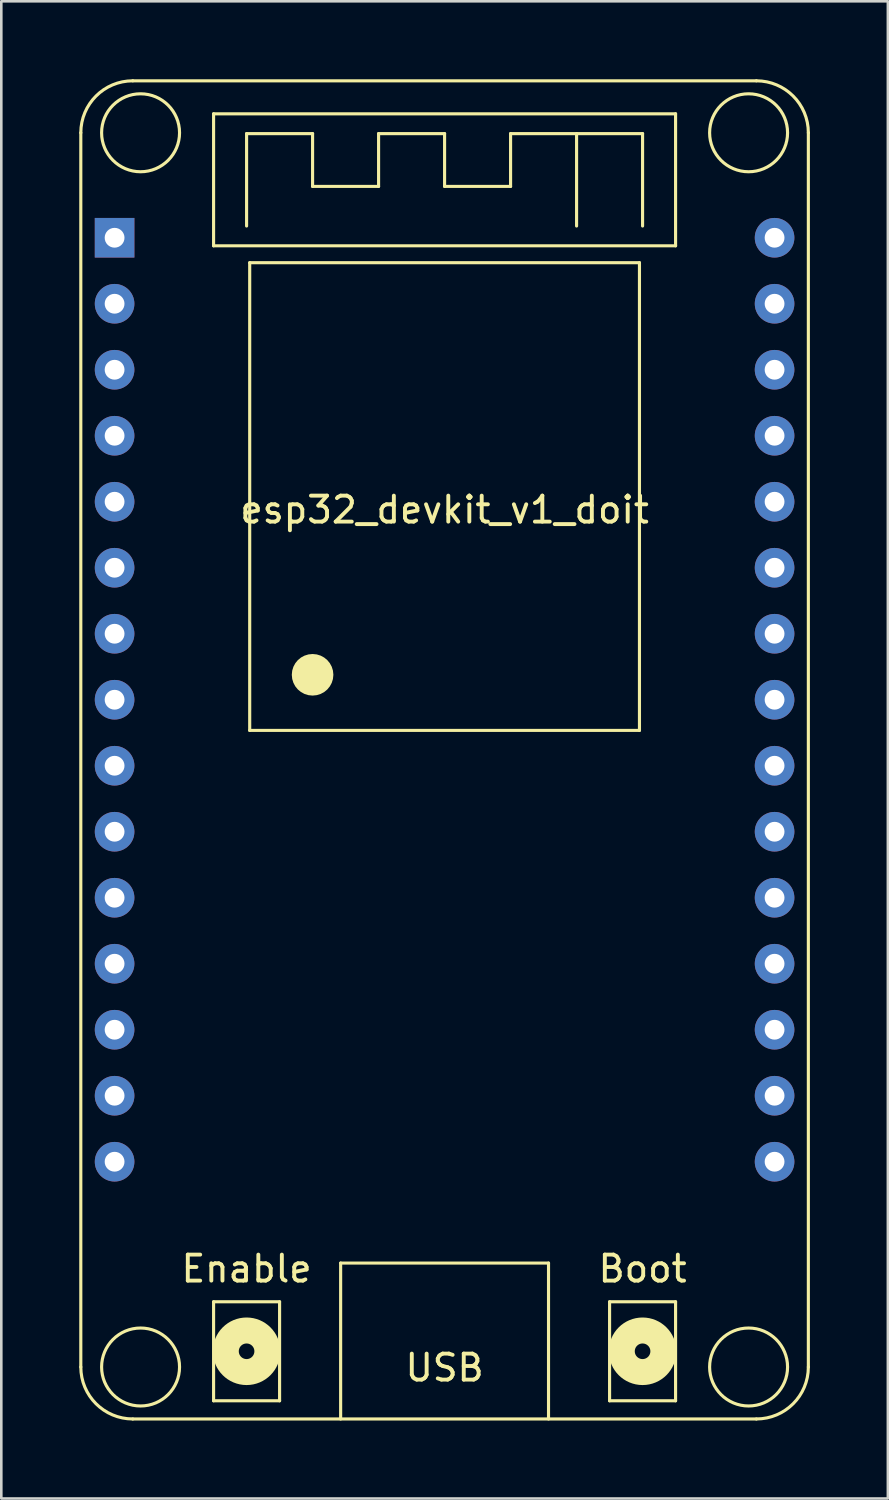
<source format=kicad_pcb>
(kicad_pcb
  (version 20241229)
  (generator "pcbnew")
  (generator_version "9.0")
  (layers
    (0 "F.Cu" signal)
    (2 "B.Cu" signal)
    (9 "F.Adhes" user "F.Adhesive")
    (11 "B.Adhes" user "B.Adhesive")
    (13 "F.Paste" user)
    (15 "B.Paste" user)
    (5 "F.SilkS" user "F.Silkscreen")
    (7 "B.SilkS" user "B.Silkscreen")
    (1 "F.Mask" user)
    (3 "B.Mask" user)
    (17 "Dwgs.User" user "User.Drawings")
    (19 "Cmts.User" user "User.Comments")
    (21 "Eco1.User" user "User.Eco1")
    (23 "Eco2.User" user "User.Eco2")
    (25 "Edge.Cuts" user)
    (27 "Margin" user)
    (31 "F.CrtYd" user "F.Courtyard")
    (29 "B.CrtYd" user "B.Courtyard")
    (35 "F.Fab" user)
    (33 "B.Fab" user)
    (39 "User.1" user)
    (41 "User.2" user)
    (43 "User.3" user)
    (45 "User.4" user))
  (footprint "esp32_devkit_v1_doit"
    (layer "F.Cu")
    (at 14.06 6.1)
    (property "Reference" "esp32_devkit_v1_doit" (at 0 10.47 0) (layer "F.SilkS") (effects (font (size 1 1) (thickness 0.15))))
    (attr smd)
    (fp_line (start -14 -4.04) (end -14 43.46) (stroke (width 0.12) (type solid)) (layer "F.SilkS"))
    (fp_line (start -12 -6.04) (end 12 -6.04) (stroke (width 0.12) (type solid)) (layer "F.SilkS"))
    (fp_line (start -12 45.46) (end 12 45.46) (stroke (width 0.12) (type solid)) (layer "F.SilkS"))
    (fp_line (start -8.89 -4.77) (end 8.89 -4.77) (stroke (width 0.12) (type solid)) (layer "F.SilkS"))
    (fp_line (start -8.89 0.31) (end -8.89 -4.77) (stroke (width 0.12) (type solid)) (layer "F.SilkS"))
    (fp_line (start -8.89 40.95) (end -6.35 40.95) (stroke (width 0.12) (type solid)) (layer "F.SilkS"))
    (fp_line (start -8.89 44.76) (end -8.89 40.95) (stroke (width 0.12) (type solid)) (layer "F.SilkS"))
    (fp_line (start -7.62 -4.008) (end -5.08 -4.008) (stroke (width 0.12) (type solid)) (layer "F.SilkS"))
    (fp_line (start -7.62 -0.452) (end -7.62 -4.008) (stroke (width 0.12) (type solid)) (layer "F.SilkS"))
    (fp_line (start -7.5 0.96) (end 7.5 0.96) (stroke (width 0.12) (type solid)) (layer "F.SilkS"))
    (fp_line (start -7.5 18.96) (end -7.5 0.96) (stroke (width 0.12) (type solid)) (layer "F.SilkS"))
    (fp_line (start -6.35 40.95) (end -6.35 44.76) (stroke (width 0.12) (type solid)) (layer "F.SilkS"))
    (fp_line (start -6.35 44.76) (end -8.89 44.76) (stroke (width 0.12) (type solid)) (layer "F.SilkS"))
    (fp_line (start -5.08 -4.008) (end -5.08 -1.976) (stroke (width 0.12) (type solid)) (layer "F.SilkS"))
    (fp_line (start -5.08 -1.976) (end -2.54 -1.976) (stroke (width 0.12) (type solid)) (layer "F.SilkS"))
    (fp_line (start -4 39.46) (end -4 45.46) (stroke (width 0.12) (type solid)) (layer "F.SilkS"))
    (fp_line (start -4 39.46) (end 4 39.46) (stroke (width 0.12) (type solid)) (layer "F.SilkS"))
    (fp_line (start -2.54 -4.008) (end 0 -4.008) (stroke (width 0.12) (type solid)) (layer "F.SilkS"))
    (fp_line (start -2.54 -1.976) (end -2.54 -4.008) (stroke (width 0.12) (type solid)) (layer "F.SilkS"))
    (fp_line (start 0 -4.008) (end 0 -1.976) (stroke (width 0.12) (type solid)) (layer "F.SilkS"))
    (fp_line (start 0 -1.976) (end 2.54 -1.976) (stroke (width 0.12) (type solid)) (layer "F.SilkS"))
    (fp_line (start 2.54 -4.008) (end 7.62 -4.008) (stroke (width 0.12) (type solid)) (layer "F.SilkS"))
    (fp_line (start 2.54 -1.976) (end 2.54 -4.008) (stroke (width 0.12) (type solid)) (layer "F.SilkS"))
    (fp_line (start 4 39.46) (end 4 45.46) (stroke (width 0.12) (type solid)) (layer "F.SilkS"))
    (fp_line (start 5.08 -4.008) (end 5.08 -0.452) (stroke (width 0.12) (type solid)) (layer "F.SilkS"))
    (fp_line (start 6.35 40.95) (end 8.89 40.95) (stroke (width 0.12) (type solid)) (layer "F.SilkS"))
    (fp_line (start 6.35 44.76) (end 6.35 40.95) (stroke (width 0.12) (type solid)) (layer "F.SilkS"))
    (fp_line (start 7.5 0.96) (end 7.5 18.96) (stroke (width 0.12) (type solid)) (layer "F.SilkS"))
    (fp_line (start 7.5 18.96) (end -7.5 18.96) (stroke (width 0.12) (type solid)) (layer "F.SilkS"))
    (fp_line (start 7.62 -4.008) (end 7.62 -0.452) (stroke (width 0.12) (type solid)) (layer "F.SilkS"))
    (fp_line (start 8.89 -4.77) (end 8.89 0.31) (stroke (width 0.12) (type solid)) (layer "F.SilkS"))
    (fp_line (start 8.89 0.31) (end -8.89 0.31) (stroke (width 0.12) (type solid)) (layer "F.SilkS"))
    (fp_line (start 8.89 40.95) (end 8.89 44.76) (stroke (width 0.12) (type solid)) (layer "F.SilkS"))
    (fp_line (start 8.89 44.76) (end 6.35 44.76) (stroke (width 0.12) (type solid)) (layer "F.SilkS"))
    (fp_line (start 14 43.46) (end 14 -4.04) (stroke (width 0.12) (type solid)) (layer "F.SilkS"))
    (fp_arc (start -14 -4.04) (mid -13.414214 -5.454214) (end -12 -6.04) (stroke (width 0.12) (type solid)) (layer "F.SilkS"))
    (fp_arc (start -12 45.46) (mid -13.414214 44.874214) (end -14 43.46) (stroke (width 0.12) (type solid)) (layer "F.SilkS"))
    (fp_arc (start 12 -6.04) (mid 13.414214 -5.454214) (end 14 -4.04) (stroke (width 0.12) (type solid)) (layer "F.SilkS"))
    (fp_arc (start 14 43.46) (mid 13.414214 44.874214) (end 12 45.46) (stroke (width 0.12) (type solid)) (layer "F.SilkS"))
    (fp_circle (center -11.7 -4.04) (end -10.2 -4.04) (stroke (width 0.12) (type solid)) (fill no) (layer "F.SilkS"))
    (fp_circle (center -11.7 43.46) (end -10.2 43.46) (stroke (width 0.12) (type solid)) (fill no) (layer "F.SilkS"))
    (fp_circle (center -7.62 42.855) (end -7.32 42.855) (stroke (width 1) (type solid)) (fill no) (layer "F.SilkS"))
    (fp_circle (center -5.08 16.82) (end -4.68 16.82) (stroke (width 0.8) (type solid)) (fill no) (layer "F.SilkS"))
    (fp_circle (center 7.62 42.855) (end 7.92 42.855) (stroke (width 1) (type solid)) (fill no) (layer "F.SilkS"))
    (fp_circle (center 11.7 -4.04) (end 13.2 -4.04) (stroke (width 0.12) (type solid)) (fill no) (layer "F.SilkS"))
    (fp_circle (center 11.7 43.46) (end 13.2 43.46) (stroke (width 0.12) (type solid)) (fill no) (layer "F.SilkS"))
    (fp_text user "Enable" (at -7.62 39.68 0) (layer "F.SilkS") (effects (font (size 1 1) (thickness 0.15))))
    (fp_text user "USB" (at 0 43.49 0) (layer "F.SilkS") (effects (font (size 1 1) (thickness 0.15))))
    (fp_text user "Boot" (at 7.62 39.68 0) (layer "F.SilkS") (effects (font (size 1 1) (thickness 0.15))))
    (pad "1" thru_hole rect (at -12.7 0) (size 1.524 1.524) (drill 0.762) (layers "*.Cu" "*.Mask"))
    (pad "2" thru_hole circle (at -12.7 2.54) (size 1.524 1.524) (drill 0.762) (layers "*.Cu" "*.Mask"))
    (pad "3" thru_hole circle (at -12.7 5.08) (size 1.524 1.524) (drill 0.762) (layers "*.Cu" "*.Mask"))
    (pad "4" thru_hole circle (at -12.7 7.62) (size 1.524 1.524) (drill 0.762) (layers "*.Cu" "*.Mask"))
    (pad "5" thru_hole circle (at -12.7 10.16) (size 1.524 1.524) (drill 0.762) (layers "*.Cu" "*.Mask"))
    (pad "6" thru_hole circle (at -12.7 12.7) (size 1.524 1.524) (drill 0.762) (layers "*.Cu" "*.Mask"))
    (pad "7" thru_hole circle (at -12.7 15.24) (size 1.524 1.524) (drill 0.762) (layers "*.Cu" "*.Mask"))
    (pad "8" thru_hole circle (at -12.7 17.78) (size 1.524 1.524) (drill 0.762) (layers "*.Cu" "*.Mask"))
    (pad "9" thru_hole circle (at -12.7 20.32) (size 1.524 1.524) (drill 0.762) (layers "*.Cu" "*.Mask"))
    (pad "10" thru_hole circle (at -12.7 22.86) (size 1.524 1.524) (drill 0.762) (layers "*.Cu" "*.Mask"))
    (pad "11" thru_hole circle (at -12.7 25.4) (size 1.524 1.524) (drill 0.762) (layers "*.Cu" "*.Mask"))
    (pad "12" thru_hole circle (at -12.7 27.94) (size 1.524 1.524) (drill 0.762) (layers "*.Cu" "*.Mask"))
    (pad "13" thru_hole circle (at -12.7 30.48) (size 1.524 1.524) (drill 0.762) (layers "*.Cu" "*.Mask"))
    (pad "14" thru_hole circle (at -12.7 33.02) (size 1.524 1.524) (drill 0.762) (layers "*.Cu" "*.Mask"))
    (pad "15" thru_hole circle (at -12.7 35.56) (size 1.524 1.524) (drill 0.762) (layers "*.Cu" "*.Mask"))
    (pad "16" thru_hole circle (at 12.7 35.56) (size 1.524 1.524) (drill 0.762) (layers "*.Cu" "*.Mask"))
    (pad "17" thru_hole circle (at 12.7 33.02) (size 1.524 1.524) (drill 0.762) (layers "*.Cu" "*.Mask"))
    (pad "18" thru_hole circle (at 12.7 30.48) (size 1.524 1.524) (drill 0.762) (layers "*.Cu" "*.Mask"))
    (pad "19" thru_hole circle (at 12.7 27.94) (size 1.524 1.524) (drill 0.762) (layers "*.Cu" "*.Mask"))
    (pad "20" thru_hole circle (at 12.7 25.4) (size 1.524 1.524) (drill 0.762) (layers "*.Cu" "*.Mask"))
    (pad "21" thru_hole circle (at 12.7 22.86) (size 1.524 1.524) (drill 0.762) (layers "*.Cu" "*.Mask"))
    (pad "22" thru_hole circle (at 12.7 20.32) (size 1.524 1.524) (drill 0.762) (layers "*.Cu" "*.Mask"))
    (pad "23" thru_hole circle (at 12.7 17.78) (size 1.524 1.524) (drill 0.762) (layers "*.Cu" "*.Mask"))
    (pad "24" thru_hole circle (at 12.7 15.24) (size 1.524 1.524) (drill 0.762) (layers "*.Cu" "*.Mask"))
    (pad "25" thru_hole circle (at 12.7 12.7) (size 1.524 1.524) (drill 0.762) (layers "*.Cu" "*.Mask"))
    (pad "26" thru_hole circle (at 12.7 10.16) (size 1.524 1.524) (drill 0.762) (layers "*.Cu" "*.Mask"))
    (pad "27" thru_hole circle (at 12.7 7.62) (size 1.524 1.524) (drill 0.762) (layers "*.Cu" "*.Mask"))
    (pad "28" thru_hole circle (at 12.7 5.08) (size 1.524 1.524) (drill 0.762) (layers "*.Cu" "*.Mask"))
    (pad "29" thru_hole circle (at 12.7 2.54) (size 1.524 1.524) (drill 0.762) (layers "*.Cu" "*.Mask"))
    (pad "30" thru_hole circle (at 12.7 0) (size 1.524 1.524) (drill 0.762) (layers "*.Cu" "*.Mask")))
  (gr_rect
    (start -3 -3)
    (end 31.12 54.62)
    (stroke (width 0.1) (type default))
    (fill no)
    (layer "Edge.Cuts")))
</source>
